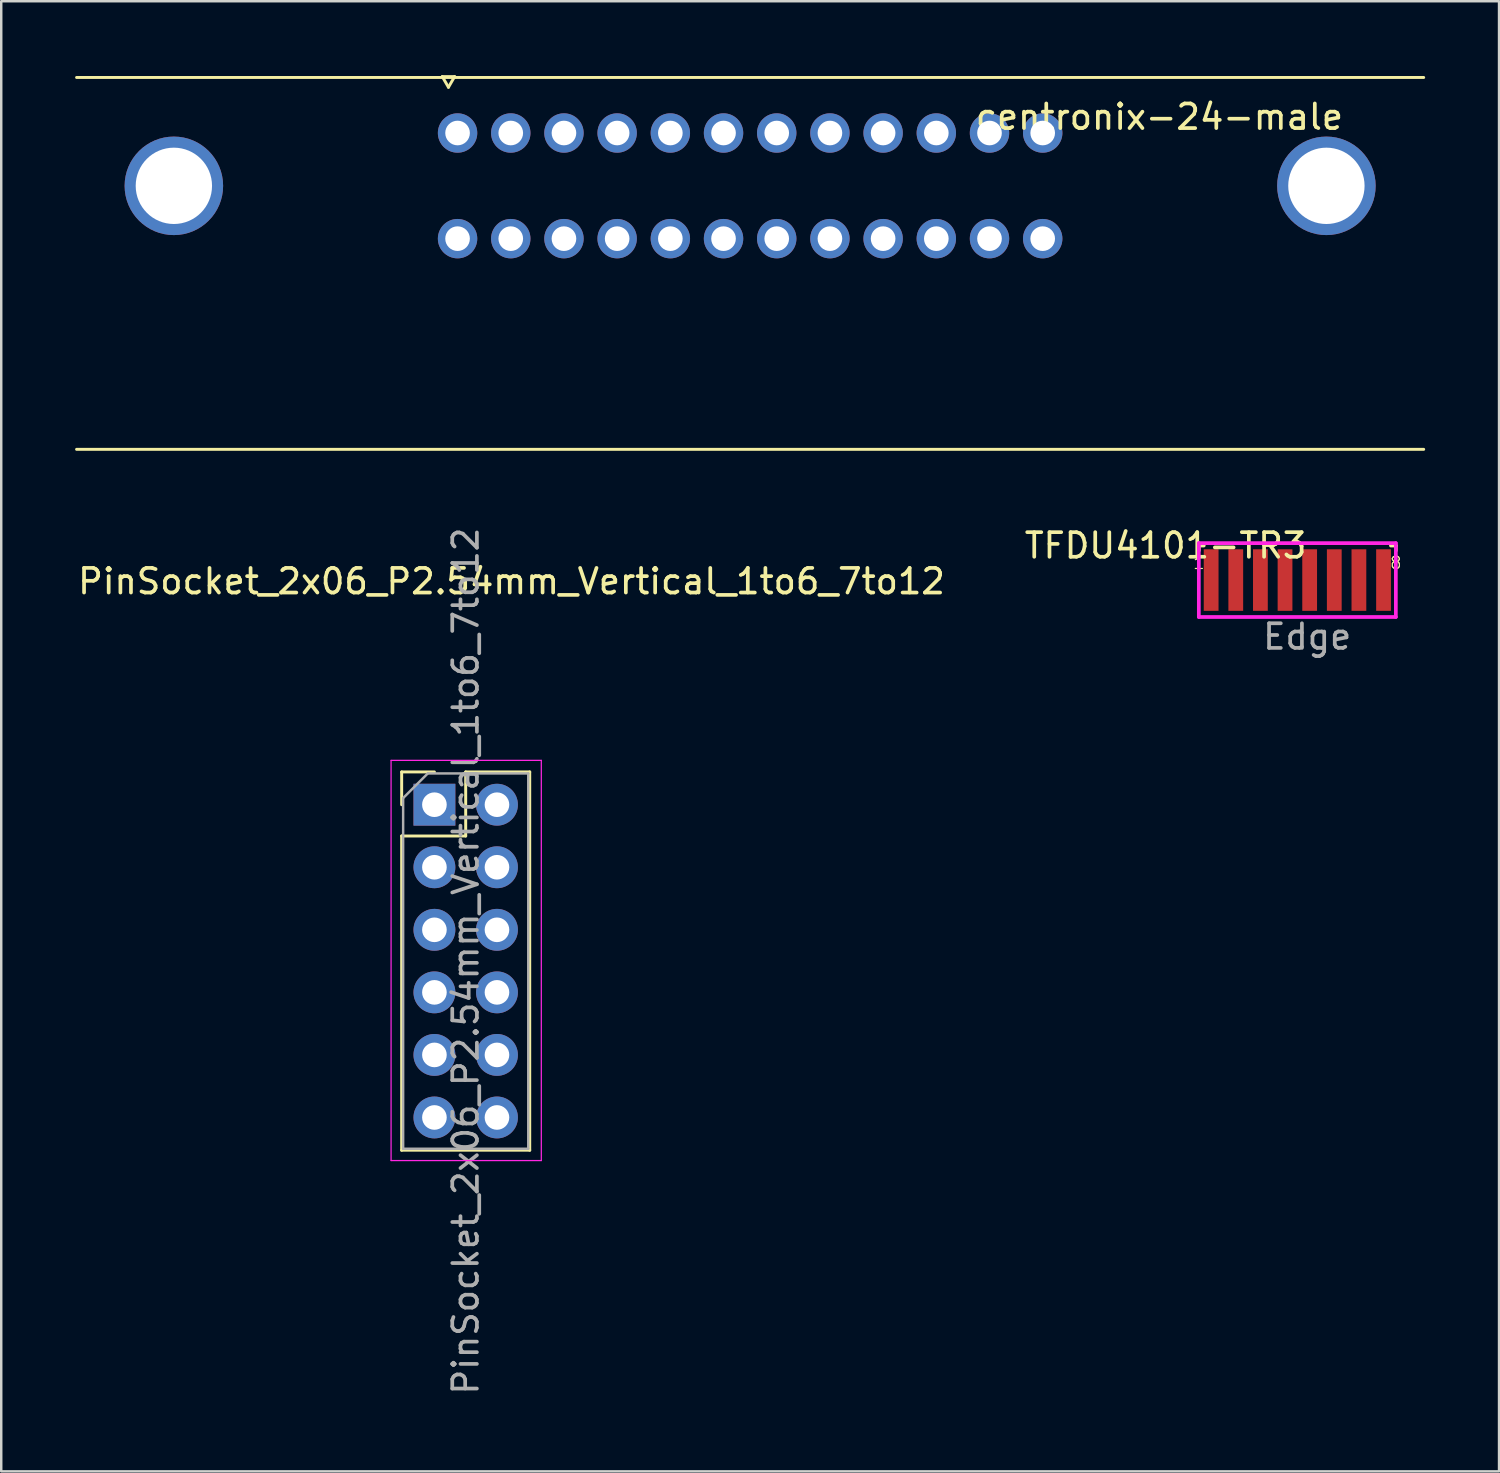
<source format=kicad_pcb>
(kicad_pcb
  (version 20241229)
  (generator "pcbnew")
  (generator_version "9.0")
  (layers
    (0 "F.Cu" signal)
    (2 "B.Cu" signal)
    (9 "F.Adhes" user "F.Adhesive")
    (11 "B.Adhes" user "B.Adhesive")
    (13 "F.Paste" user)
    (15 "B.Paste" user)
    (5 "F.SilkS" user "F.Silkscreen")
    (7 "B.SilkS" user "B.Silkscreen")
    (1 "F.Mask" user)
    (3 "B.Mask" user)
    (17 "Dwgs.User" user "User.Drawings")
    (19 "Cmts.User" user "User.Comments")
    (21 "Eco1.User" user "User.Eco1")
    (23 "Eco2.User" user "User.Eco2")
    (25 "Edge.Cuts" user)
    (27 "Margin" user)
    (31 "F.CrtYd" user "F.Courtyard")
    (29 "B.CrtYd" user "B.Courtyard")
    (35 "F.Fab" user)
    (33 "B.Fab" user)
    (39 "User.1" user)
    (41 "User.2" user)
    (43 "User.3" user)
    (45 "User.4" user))
  (footprint "TFDU4101-TR3"
    (layer "F.Cu")
    (at 49.63 20.504)
    (property "Reference" "TFDU4101-TR3" (at -5.35 -1.4 180) (layer "F.SilkS") (effects (font (size 1 1) (thickness 0.15))))
    (attr through_hole)
    (fp_line (start -4 -1.4) (end -4 -1.2) (stroke (width 0.15) (type solid)) (layer "F.SilkS"))
    (fp_line (start -3.8 -1.4) (end -4 -1.4) (stroke (width 0.15) (type solid)) (layer "F.SilkS"))
    (fp_line (start 3.8 -1.4) (end 4 -1.4) (stroke (width 0.15) (type solid)) (layer "F.SilkS"))
    (fp_line (start 4 -1.4) (end 4 -1.2) (stroke (width 0.15) (type solid)) (layer "F.SilkS"))
    (fp_line (start -4 1.5) (end -4 -1.5) (stroke (width 0.15) (type solid)) (layer "F.CrtYd"))
    (fp_line (start 4 -1.5) (end -4 -1.5) (stroke (width 0.15) (type solid)) (layer "F.CrtYd"))
    (fp_line (start 4 1.5) (end -4 1.5) (stroke (width 0.15) (type solid)) (layer "F.CrtYd"))
    (fp_line (start 4 1.5) (end 4 -1.5) (stroke (width 0.15) (type solid)) (layer "F.CrtYd"))
    (fp_text user "8" (at 4 -0.7 0) (layer "F.SilkS") (effects (font (size 0.5 0.5) (thickness 0.05))))
    (fp_text user "1" (at -4 -0.7 0) (layer "F.SilkS") (effects (font (size 0.5 0.5) (thickness 0.05))))
    (fp_text user "Edge" (at 0.4 2.3 0) (layer "F.Fab") (effects (font (size 1 1) (thickness 0.15))))
    (pad "1" smd rect (at -3.5 0) (size 0.6 2.5) (layers "F.Cu" "F.Mask" "F.Paste"))
    (pad "2" smd rect (at -2.5 0) (size 0.6 2.5) (layers "F.Cu" "F.Mask" "F.Paste"))
    (pad "3" smd rect (at -1.5 0) (size 0.6 2.5) (layers "F.Cu" "F.Mask" "F.Paste"))
    (pad "4" smd rect (at -0.5 0) (size 0.6 2.5) (layers "F.Cu" "F.Mask" "F.Paste"))
    (pad "5" smd rect (at 0.5 0) (size 0.6 2.5) (layers "F.Cu" "F.Mask" "F.Paste"))
    (pad "6" smd rect (at 1.5 0) (size 0.6 2.5) (layers "F.Cu" "F.Mask" "F.Paste"))
    (pad "7" smd rect (at 2.5 0) (size 0.6 2.5) (layers "F.Cu" "F.Mask" "F.Paste"))
    (pad "8" smd rect (at 3.5 0) (size 0.6 2.5) (layers "F.Cu" "F.Mask" "F.Paste")))
  (footprint "centronix-24-male"
    (layer "F.Cu")
    (at 27.41 4.496)
    (property "Reference" "centronix-24-male" (at 16.62 -2.8 0) (layer "F.SilkS") (effects (font (size 1 1) (thickness 0.15))))
    (attr through_hole)
    (fp_line (start -27.35 -4.4) (end 27.35 -4.4) (stroke (width 0.12) (type solid)) (layer "F.SilkS"))
    (fp_line (start -27.35 10.7) (end 27.35 10.7) (stroke (width 0.12) (type solid)) (layer "F.SilkS"))
    (fp_line (start -12.5 -4.436) (end -12 -4.436) (stroke (width 0.12) (type solid)) (layer "F.SilkS"))
    (fp_line (start -12.25 -4.003) (end -12.5 -4.436) (stroke (width 0.12) (type solid)) (layer "F.SilkS"))
    (fp_line (start -12 -4.436) (end -12.25 -4.003) (stroke (width 0.12) (type solid)) (layer "F.SilkS"))
    (pad "0" thru_hole circle (at -23.4 0) (size 4 4) (drill 3.1) (layers "*.Cu" "*.Mask"))
    (pad "0" thru_hole circle (at 23.4 0) (size 4 4) (drill 3.1) (layers "*.Cu" "*.Mask"))
    (pad "1" thru_hole circle (at -11.88 -2.145) (size 1.6 1.6) (drill 1) (layers "*.Cu" "*.Mask"))
    (pad "2" thru_hole circle (at -9.72 -2.145) (size 1.6 1.6) (drill 1) (layers "*.Cu" "*.Mask"))
    (pad "3" thru_hole circle (at -7.56 -2.145) (size 1.6 1.6) (drill 1) (layers "*.Cu" "*.Mask"))
    (pad "4" thru_hole circle (at -5.4 -2.145) (size 1.6 1.6) (drill 1) (layers "*.Cu" "*.Mask"))
    (pad "5" thru_hole circle (at -3.24 -2.145) (size 1.6 1.6) (drill 1) (layers "*.Cu" "*.Mask"))
    (pad "6" thru_hole circle (at -1.08 -2.145) (size 1.6 1.6) (drill 1) (layers "*.Cu" "*.Mask"))
    (pad "7" thru_hole circle (at 1.08 -2.145) (size 1.6 1.6) (drill 1) (layers "*.Cu" "*.Mask"))
    (pad "8" thru_hole circle (at 3.24 -2.145) (size 1.6 1.6) (drill 1) (layers "*.Cu" "*.Mask"))
    (pad "9" thru_hole circle (at 5.4 -2.145) (size 1.6 1.6) (drill 1) (layers "*.Cu" "*.Mask"))
    (pad "10" thru_hole circle (at 7.56 -2.145) (size 1.6 1.6) (drill 1) (layers "*.Cu" "*.Mask"))
    (pad "11" thru_hole circle (at 9.72 -2.145) (size 1.6 1.6) (drill 1) (layers "*.Cu" "*.Mask"))
    (pad "12" thru_hole circle (at 11.88 -2.145) (size 1.6 1.6) (drill 1) (layers "*.Cu" "*.Mask"))
    (pad "13" thru_hole circle (at -11.88 2.145) (size 1.6 1.6) (drill 1) (layers "*.Cu" "*.Mask"))
    (pad "14" thru_hole circle (at -9.72 2.145) (size 1.6 1.6) (drill 1) (layers "*.Cu" "*.Mask"))
    (pad "15" thru_hole circle (at -7.56 2.145) (size 1.6 1.6) (drill 1) (layers "*.Cu" "*.Mask"))
    (pad "16" thru_hole circle (at -5.4 2.145) (size 1.6 1.6) (drill 1) (layers "*.Cu" "*.Mask"))
    (pad "17" thru_hole circle (at -3.24 2.145) (size 1.6 1.6) (drill 1) (layers "*.Cu" "*.Mask"))
    (pad "18" thru_hole circle (at -1.08 2.145) (size 1.6 1.6) (drill 1) (layers "*.Cu" "*.Mask"))
    (pad "19" thru_hole circle (at 1.08 2.145) (size 1.6 1.6) (drill 1) (layers "*.Cu" "*.Mask"))
    (pad "20" thru_hole circle (at 3.24 2.145) (size 1.6 1.6) (drill 1) (layers "*.Cu" "*.Mask"))
    (pad "21" thru_hole circle (at 5.4 2.145) (size 1.6 1.6) (drill 1) (layers "*.Cu" "*.Mask"))
    (pad "22" thru_hole circle (at 7.56 2.145) (size 1.6 1.6) (drill 1) (layers "*.Cu" "*.Mask"))
    (pad "23" thru_hole circle (at 9.72 2.145) (size 1.6 1.6) (drill 1) (layers "*.Cu" "*.Mask"))
    (pad "24" thru_hole circle (at 11.88 2.145) (size 1.6 1.6) (drill 1) (layers "*.Cu" "*.Mask")))
  (footprint "PinSocket_2x06_P2.54mm_Vertical_1to6_7to12"
    (layer "F.Cu")
    (at 14.59 29.626)
    (property "Reference" "PinSocket_2x06_P2.54mm_Vertical_1to6_7to12" (at 3.13 -9.07 0) (layer "F.SilkS") (effects (font (size 1 1) (thickness 0.15))))
    (attr through_hole)
    (fp_line (start -1.33 -1.33) (end -1.33 0) (stroke (width 0.12) (type solid)) (layer "F.SilkS"))
    (fp_line (start -1.33 1.27) (end -1.33 14.03) (stroke (width 0.12) (type solid)) (layer "F.SilkS"))
    (fp_line (start 0 -1.33) (end -1.33 -1.33) (stroke (width 0.12) (type solid)) (layer "F.SilkS"))
    (fp_line (start 1.27 -1.33) (end 1.27 1.27) (stroke (width 0.12) (type solid)) (layer "F.SilkS"))
    (fp_line (start 1.27 1.27) (end -1.33 1.27) (stroke (width 0.12) (type solid)) (layer "F.SilkS"))
    (fp_line (start 3.87 -1.33) (end 1.27 -1.33) (stroke (width 0.12) (type solid)) (layer "F.SilkS"))
    (fp_line (start 3.87 -1.33) (end 3.87 14.03) (stroke (width 0.12) (type solid)) (layer "F.SilkS"))
    (fp_line (start 3.87 14.03) (end -1.33 14.03) (stroke (width 0.12) (type solid)) (layer "F.SilkS"))
    (fp_line (start -1.76 -1.8) (end -1.76 14.45) (stroke (width 0.05) (type solid)) (layer "F.CrtYd"))
    (fp_line (start -1.76 14.45) (end 4.34 14.45) (stroke (width 0.05) (type solid)) (layer "F.CrtYd"))
    (fp_line (start 4.34 -1.8) (end -1.76 -1.8) (stroke (width 0.05) (type solid)) (layer "F.CrtYd"))
    (fp_line (start 4.34 14.45) (end 4.34 -1.8) (stroke (width 0.05) (type solid)) (layer "F.CrtYd"))
    (fp_line (start -1.27 -0.27) (end -1.27 13.97) (stroke (width 0.1) (type solid)) (layer "F.Fab"))
    (fp_line (start -1.27 13.97) (end 3.81 13.97) (stroke (width 0.1) (type solid)) (layer "F.Fab"))
    (fp_line (start -0.27 -1.27) (end -1.27 -0.27) (stroke (width 0.1) (type solid)) (layer "F.Fab"))
    (fp_line (start 3.81 -1.27) (end -0.27 -1.27) (stroke (width 0.1) (type solid)) (layer "F.Fab"))
    (fp_line (start 3.81 13.97) (end 3.81 -1.27) (stroke (width 0.1) (type solid)) (layer "F.Fab"))
    (fp_text user "${REFERENCE}" (at 1.27 6.35 90) (layer "F.Fab") (effects (font (size 1 1) (thickness 0.15))))
    (pad "1" thru_hole rect (at 0 0) (size 1.7 1.7) (drill 1) (layers "*.Cu" "*.Mask"))
    (pad "2" thru_hole oval (at 0 2.54) (size 1.7 1.7) (drill 1) (layers "*.Cu" "*.Mask"))
    (pad "3" thru_hole oval (at 0 5.08) (size 1.7 1.7) (drill 1) (layers "*.Cu" "*.Mask"))
    (pad "4" thru_hole oval (at 0 7.62) (size 1.7 1.7) (drill 1) (layers "*.Cu" "*.Mask"))
    (pad "5" thru_hole oval (at 0 10.16) (size 1.7 1.7) (drill 1) (layers "*.Cu" "*.Mask"))
    (pad "6" thru_hole oval (at 0 12.7) (size 1.7 1.7) (drill 1) (layers "*.Cu" "*.Mask"))
    (pad "7" thru_hole oval (at 2.54 0) (size 1.7 1.7) (drill 1) (layers "*.Cu" "*.Mask"))
    (pad "8" thru_hole oval (at 2.54 2.54) (size 1.7 1.7) (drill 1) (layers "*.Cu" "*.Mask"))
    (pad "9" thru_hole oval (at 2.54 5.08) (size 1.7 1.7) (drill 1) (layers "*.Cu" "*.Mask"))
    (pad "10" thru_hole oval (at 2.54 7.62) (size 1.7 1.7) (drill 1) (layers "*.Cu" "*.Mask"))
    (pad "11" thru_hole oval (at 2.54 10.16) (size 1.7 1.7) (drill 1) (layers "*.Cu" "*.Mask"))
    (pad "12" thru_hole oval (at 2.54 12.7) (size 1.7 1.7) (drill 1) (layers "*.Cu" "*.Mask")))
  (gr_rect
    (start -3 -3)
    (end 57.82 56.696)
    (stroke (width 0.1) (type default))
    (fill no)
    (layer "Edge.Cuts")))
</source>
